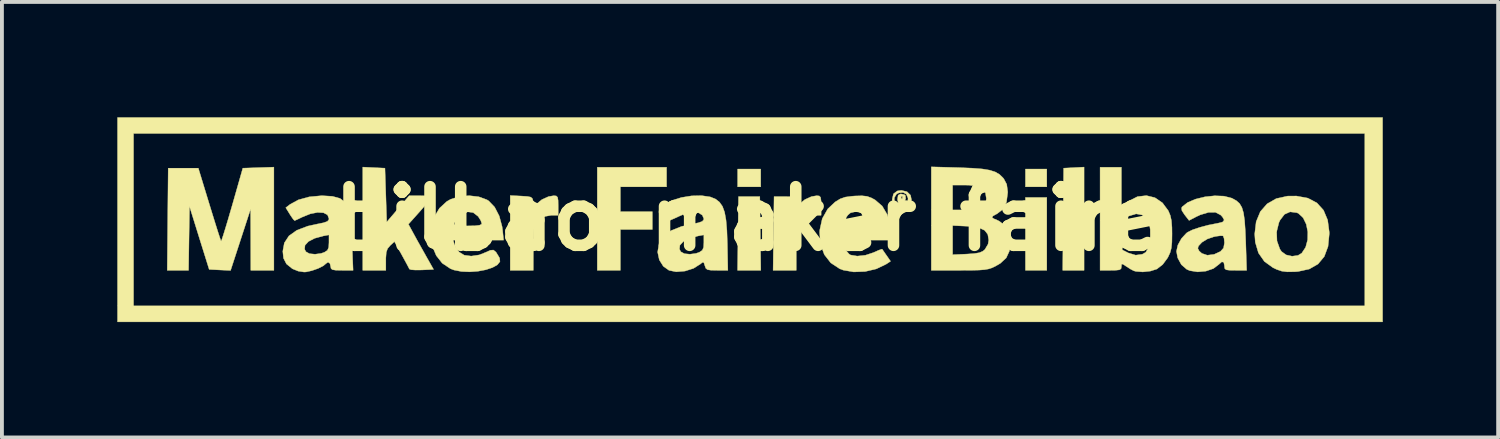
<source format=kicad_pcb>
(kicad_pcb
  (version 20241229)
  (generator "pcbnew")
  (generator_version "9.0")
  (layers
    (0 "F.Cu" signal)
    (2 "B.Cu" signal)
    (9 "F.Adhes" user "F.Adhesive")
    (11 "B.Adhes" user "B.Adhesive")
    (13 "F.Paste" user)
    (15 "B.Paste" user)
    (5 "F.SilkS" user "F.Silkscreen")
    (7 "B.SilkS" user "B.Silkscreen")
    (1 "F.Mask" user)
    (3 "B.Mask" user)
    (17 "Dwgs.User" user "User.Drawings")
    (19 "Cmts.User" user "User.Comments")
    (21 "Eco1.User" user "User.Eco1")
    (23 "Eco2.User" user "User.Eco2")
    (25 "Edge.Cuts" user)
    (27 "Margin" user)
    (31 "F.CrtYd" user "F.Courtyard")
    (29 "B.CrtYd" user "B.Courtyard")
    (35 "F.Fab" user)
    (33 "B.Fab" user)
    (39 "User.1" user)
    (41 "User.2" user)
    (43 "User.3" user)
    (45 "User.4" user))
  (footprint "bilbao maker faire"
    (layer "F.Cu")
    (at 16.4 2.637)
    (property "Reference" "bilbao maker faire" (at 0 0 0) (layer "F.SilkS") (effects (font (size 1.524 1.524) (thickness 0.3))))
    (attr through_hole)
    (fp_poly (pts (xy 0.323 -0.831) (xy -0.277 -0.831) (xy -0.277 -1.293) (xy 0.323 -1.293) (xy 0.323 -0.831)) (stroke (width 0.01) (type solid)) (fill yes) (layer "F.SilkS"))
    (fp_poly (pts (xy 7.759 -0.831) (xy 7.204 -0.831) (xy 7.204 -1.293) (xy 7.759 -1.293) (xy 7.759 -0.831)) (stroke (width 0.01) (type solid)) (fill yes) (layer "F.SilkS"))
    (fp_poly (pts (xy 7.759 1.339) (xy 7.204 1.339) (xy 7.204 -0.554) (xy 7.759 -0.554) (xy 7.759 1.339)) (stroke (width 0.01) (type solid)) (fill yes) (layer "F.SilkS"))
    (fp_poly (pts (xy 0.313 0.381) (xy 0.325 1.339) (xy -0.279 1.339) (xy -0.266 0.381) (xy -0.254 -0.577) (xy 0.3 -0.577) (xy 0.313 0.381)) (stroke (width 0.01) (type solid)) (fill yes) (layer "F.SilkS"))
    (fp_poly (pts (xy 8.728 1.339) (xy 8.173 1.339) (xy 8.185 0.012) (xy 8.197 -1.316) (xy 8.463 -1.33) (xy 8.728 -1.344) (xy 8.728 1.339)) (stroke (width 0.01) (type solid)) (fill yes) (layer "F.SilkS"))
    (fp_poly (pts (xy -2.124 -0.831) (xy -3.325 -0.831) (xy -3.325 -0.185) (xy -2.494 -0.185) (xy -2.494 0.277) (xy -3.325 0.277) (xy -3.325 1.339) (xy -3.925 1.339) (xy -3.925 -1.339) (xy -2.124 -1.339) (xy -2.124 -0.831)) (stroke (width 0.01) (type solid)) (fill yes) (layer "F.SilkS"))
    (fp_poly (pts (xy 16.487 2.679) (xy -16.395 2.679) (xy -16.395 -2.217) (xy -15.979 -2.217) (xy -15.979 2.263) (xy 16.025 2.263) (xy 16.025 -2.217) (xy -15.979 -2.217) (xy -16.395 -2.217) (xy -16.395 -2.632) (xy 16.487 -2.632) (xy 16.487 2.679)) (stroke (width 0.01) (type solid)) (fill yes) (layer "F.SilkS"))
    (fp_poly (pts (xy 4.056 -0.627) (xy 4.084 -0.605) (xy 4.091 -0.52) (xy 4.043 -0.433) (xy 3.965 -0.387) (xy 3.96 -0.386) (xy 3.899 -0.408) (xy 3.879 -0.497) (xy 3.879 -0.513) (xy 3.886 -0.554) (xy 3.972 -0.554) (xy 3.989 -0.516) (xy 4.002 -0.523) (xy 4.008 -0.578) (xy 4.002 -0.585) (xy 3.975 -0.579) (xy 3.972 -0.554) (xy 3.886 -0.554) (xy 3.895 -0.613) (xy 3.954 -0.646) (xy 3.969 -0.647) (xy 4.056 -0.627)) (stroke (width 0.01) (type solid)) (fill yes) (layer "F.SilkS"))
    (fp_poly (pts (xy 1.843 -0.594) (xy 1.878 -0.56) (xy 1.891 -0.476) (xy 1.893 -0.346) (xy 1.893 -0.092) (xy 1.726 -0.092) (xy 1.571 -0.067) (xy 1.416 -0.004) (xy 1.402 0.004) (xy 1.247 0.1) (xy 1.247 1.339) (xy 0.645 1.339) (xy 0.657 0.381) (xy 0.67 -0.577) (xy 0.946 -0.577) (xy 1.1 -0.575) (xy 1.185 -0.561) (xy 1.226 -0.524) (xy 1.245 -0.454) (xy 1.246 -0.443) (xy 1.267 -0.354) (xy 1.296 -0.346) (xy 1.336 -0.388) (xy 1.47 -0.499) (xy 1.642 -0.577) (xy 1.776 -0.6) (xy 1.843 -0.594)) (stroke (width 0.01) (type solid)) (fill yes) (layer "F.SilkS"))
    (fp_poly (pts (xy -5.9 -0.591) (xy -5.742 -0.581) (xy -5.653 -0.563) (xy -5.611 -0.525) (xy -5.591 -0.458) (xy -5.588 -0.443) (xy -5.568 -0.354) (xy -5.539 -0.346) (xy -5.499 -0.388) (xy -5.365 -0.499) (xy -5.193 -0.577) (xy -5.059 -0.6) (xy -4.992 -0.594) (xy -4.957 -0.56) (xy -4.943 -0.476) (xy -4.941 -0.346) (xy -4.941 -0.092) (xy -5.116 -0.092) (xy -5.297 -0.06) (xy -5.463 0.024) (xy -5.553 0.113) (xy -5.566 0.175) (xy -5.576 0.311) (xy -5.584 0.5) (xy -5.587 0.724) (xy -5.587 0.75) (xy -5.588 1.339) (xy -6.188 1.339) (xy -6.188 -0.605) (xy -5.9 -0.591)) (stroke (width 0.01) (type solid)) (fill yes) (layer "F.SilkS"))
    (fp_poly (pts (xy -12.331 1.339) (xy -12.931 1.339) (xy -12.933 0.543) (xy -12.936 -0.254) (xy -13.457 1.343) (xy -13.735 1.33) (xy -14.013 1.316) (xy -14.269 0.497) (xy -14.524 -0.322) (xy -14.537 0.508) (xy -14.549 1.339) (xy -15.103 1.339) (xy -15.078 -1.316) (xy -14.295 -1.316) (xy -14.008 -0.376) (xy -13.922 -0.097) (xy -13.845 0.151) (xy -13.781 0.354) (xy -13.733 0.5) (xy -13.707 0.575) (xy -13.704 0.582) (xy -13.686 0.545) (xy -13.648 0.431) (xy -13.593 0.254) (xy -13.524 0.025) (xy -13.446 -0.242) (xy -13.412 -0.358) (xy -13.139 -1.316) (xy -12.735 -1.33) (xy -12.331 -1.343) (xy -12.331 1.339)) (stroke (width 0.01) (type solid)) (fill yes) (layer "F.SilkS"))
    (fp_poly (pts (xy 4.126 -0.704) (xy 4.217 -0.614) (xy 4.242 -0.492) (xy 4.19 -0.362) (xy 4.156 -0.323) (xy 4.05 -0.247) (xy 3.937 -0.246) (xy 3.879 -0.265) (xy 3.782 -0.338) (xy 3.743 -0.47) (xy 3.741 -0.51) (xy 3.75 -0.548) (xy 3.796 -0.548) (xy 3.796 -0.431) (xy 3.852 -0.338) (xy 3.868 -0.327) (xy 3.956 -0.285) (xy 4.021 -0.296) (xy 4.082 -0.337) (xy 4.145 -0.427) (xy 4.152 -0.539) (xy 4.109 -0.637) (xy 4.027 -0.685) (xy 3.914 -0.674) (xy 3.854 -0.644) (xy 3.796 -0.548) (xy 3.75 -0.548) (xy 3.774 -0.649) (xy 3.873 -0.724) (xy 3.978 -0.739) (xy 4.126 -0.704)) (stroke (width 0.01) (type solid)) (fill yes) (layer "F.SilkS"))
    (fp_poly (pts (xy -9.733 -1.33) (xy -9.444 -1.316) (xy -9.421 -0.616) (xy -9.398 0.084) (xy -9.106 -0.258) (xy -8.815 -0.6) (xy -8.548 -0.6) (xy -8.399 -0.596) (xy -8.29 -0.583) (xy -8.253 -0.571) (xy -8.269 -0.527) (xy -8.336 -0.431) (xy -8.443 -0.299) (xy -8.529 -0.2) (xy -8.834 0.141) (xy -8.703 0.382) (xy -8.615 0.543) (xy -8.503 0.743) (xy -8.39 0.944) (xy -8.376 0.97) (xy -8.18 1.316) (xy -8.488 1.33) (xy -8.646 1.332) (xy -8.761 1.324) (xy -8.809 1.307) (xy -8.836 1.252) (xy -8.897 1.138) (xy -8.98 0.986) (xy -9.01 0.931) (xy -9.198 0.592) (xy -9.31 0.696) (xy -9.376 0.775) (xy -9.41 0.871) (xy -9.421 1.019) (xy -9.421 1.07) (xy -9.421 1.339) (xy -10.021 1.339) (xy -10.021 -1.344) (xy -9.733 -1.33)) (stroke (width 0.01) (type solid)) (fill yes) (layer "F.SilkS"))
    (fp_poly (pts (xy 14.544 -0.537) (xy 14.78 -0.413) (xy 14.952 -0.223) (xy 15.059 0.032) (xy 15.101 0.35) (xy 15.101 0.393) (xy 15.069 0.719) (xy 14.972 0.98) (xy 14.809 1.176) (xy 14.582 1.306) (xy 14.289 1.37) (xy 14.205 1.376) (xy 14.011 1.379) (xy 13.867 1.361) (xy 13.732 1.315) (xy 13.638 1.27) (xy 13.415 1.109) (xy 13.261 0.888) (xy 13.178 0.61) (xy 13.163 0.395) (xy 13.17 0.336) (xy 13.733 0.336) (xy 13.742 0.576) (xy 13.817 0.787) (xy 13.86 0.851) (xy 13.979 0.938) (xy 14.135 0.973) (xy 14.289 0.952) (xy 14.386 0.893) (xy 14.487 0.74) (xy 14.539 0.547) (xy 14.543 0.34) (xy 14.503 0.141) (xy 14.422 -0.026) (xy 14.303 -0.138) (xy 14.259 -0.159) (xy 14.083 -0.181) (xy 13.937 -0.116) (xy 13.821 0.036) (xy 13.792 0.099) (xy 13.733 0.336) (xy 13.17 0.336) (xy 13.201 0.075) (xy 13.31 -0.188) (xy 13.486 -0.389) (xy 13.723 -0.525) (xy 14.017 -0.59) (xy 14.246 -0.592) (xy 14.544 -0.537)) (stroke (width 0.01) (type solid)) (fill yes) (layer "F.SilkS"))
    (fp_poly (pts (xy 9.698 -0.323) (xy 9.89 -0.462) (xy 10.116 -0.576) (xy 10.348 -0.603) (xy 10.569 -0.549) (xy 10.764 -0.416) (xy 10.918 -0.209) (xy 10.918 -0.208) (xy 10.968 -0.089) (xy 10.998 0.045) (xy 11.012 0.225) (xy 11.014 0.393) (xy 11.011 0.607) (xy 10.996 0.759) (xy 10.965 0.877) (xy 10.912 0.992) (xy 10.899 1.016) (xy 10.772 1.188) (xy 10.624 1.303) (xy 10.622 1.305) (xy 10.453 1.359) (xy 10.255 1.381) (xy 10.075 1.367) (xy 10.021 1.352) (xy 9.936 1.308) (xy 9.827 1.238) (xy 9.825 1.237) (xy 9.739 1.18) (xy 9.705 1.177) (xy 9.698 1.23) (xy 9.698 1.244) (xy 9.689 1.297) (xy 9.647 1.326) (xy 9.55 1.337) (xy 9.421 1.339) (xy 9.144 1.339) (xy 9.144 0.047) (xy 9.694 0.047) (xy 9.708 0.428) (xy 9.721 0.808) (xy 9.883 0.89) (xy 10.069 0.945) (xy 10.241 0.922) (xy 10.33 0.871) (xy 10.385 0.78) (xy 10.426 0.63) (xy 10.449 0.453) (xy 10.448 0.281) (xy 10.437 0.206) (xy 10.36 0.014) (xy 10.238 -0.099) (xy 10.081 -0.129) (xy 9.895 -0.073) (xy 9.846 -0.046) (xy 9.694 0.047) (xy 9.144 0.047) (xy 9.144 -1.339) (xy 9.698 -1.339) (xy 9.698 -0.323)) (stroke (width 0.01) (type solid)) (fill yes) (layer "F.SilkS"))
    (fp_poly (pts (xy -7.004 -0.572) (xy -6.793 -0.494) (xy -6.747 -0.465) (xy -6.593 -0.304) (xy -6.474 -0.074) (xy -6.399 0.205) (xy -6.386 0.304) (xy -6.36 0.554) (xy -7.672 0.554) (xy -7.641 0.658) (xy -7.586 0.77) (xy -7.514 0.866) (xy -7.383 0.946) (xy -7.201 0.97) (xy -6.994 0.939) (xy -6.825 0.872) (xy -6.704 0.818) (xy -6.624 0.812) (xy -6.557 0.867) (xy -6.48 0.993) (xy -6.464 1.022) (xy -6.455 1.113) (xy -6.523 1.197) (xy -6.651 1.268) (xy -6.824 1.325) (xy -7.026 1.363) (xy -7.241 1.379) (xy -7.454 1.37) (xy -7.648 1.332) (xy -7.741 1.297) (xy -7.955 1.154) (xy -8.111 0.955) (xy -8.21 0.718) (xy -8.25 0.46) (xy -8.234 0.197) (xy -8.218 0.144) (xy -7.64 0.144) (xy -7.61 0.168) (xy -7.527 0.18) (xy -7.376 0.184) (xy -7.295 0.185) (xy -7.102 0.181) (xy -6.986 0.167) (xy -6.934 0.141) (xy -6.927 0.122) (xy -6.954 0.044) (xy -7.019 -0.058) (xy -7.023 -0.063) (xy -7.149 -0.161) (xy -7.297 -0.183) (xy -7.443 -0.135) (xy -7.568 -0.023) (xy -7.635 0.104) (xy -7.64 0.144) (xy -8.218 0.144) (xy -8.159 -0.054) (xy -8.027 -0.275) (xy -7.837 -0.45) (xy -7.739 -0.506) (xy -7.509 -0.58) (xy -7.254 -0.601) (xy -7.004 -0.572)) (stroke (width 0.01) (type solid)) (fill yes) (layer "F.SilkS"))
    (fp_poly (pts (xy 3.087 -0.584) (xy 3.2 -0.543) (xy 3.294 -0.492) (xy 3.481 -0.331) (xy 3.614 -0.106) (xy 3.685 0.166) (xy 3.695 0.32) (xy 3.695 0.554) (xy 3.071 0.554) (xy 2.789 0.558) (xy 2.589 0.568) (xy 2.475 0.585) (xy 2.448 0.603) (xy 2.475 0.702) (xy 2.54 0.819) (xy 2.616 0.913) (xy 2.658 0.941) (xy 2.833 0.97) (xy 3.045 0.947) (xy 3.254 0.878) (xy 3.267 0.872) (xy 3.386 0.819) (xy 3.465 0.791) (xy 3.481 0.791) (xy 3.513 0.837) (xy 3.576 0.928) (xy 3.596 0.956) (xy 3.698 1.104) (xy 3.58 1.181) (xy 3.328 1.302) (xy 3.038 1.37) (xy 2.741 1.381) (xy 2.469 1.334) (xy 2.376 1.299) (xy 2.144 1.146) (xy 1.977 0.931) (xy 1.878 0.665) (xy 1.854 0.355) (xy 1.857 0.296) (xy 1.887 0.159) (xy 2.448 0.159) (xy 2.49 0.171) (xy 2.603 0.18) (xy 2.765 0.184) (xy 2.817 0.185) (xy 3.011 0.181) (xy 3.127 0.167) (xy 3.18 0.142) (xy 3.187 0.122) (xy 3.16 0.044) (xy 3.095 -0.058) (xy 3.091 -0.063) (xy 2.959 -0.162) (xy 2.788 -0.186) (xy 2.658 -0.156) (xy 2.591 -0.1) (xy 2.517 0.001) (xy 2.461 0.106) (xy 2.448 0.159) (xy 1.887 0.159) (xy 1.923 -0.004) (xy 2.065 -0.256) (xy 2.257 -0.437) (xy 2.389 -0.518) (xy 2.521 -0.564) (xy 2.694 -0.587) (xy 2.772 -0.593) (xy 2.956 -0.598) (xy 3.087 -0.584)) (stroke (width 0.01) (type solid)) (fill yes) (layer "F.SilkS"))
    (fp_poly (pts (xy -0.989 -0.569) (xy -0.848 -0.512) (xy -0.748 -0.432) (xy -0.671 -0.323) (xy -0.616 -0.172) (xy -0.579 0.033) (xy -0.556 0.305) (xy -0.544 0.657) (xy -0.544 0.658) (xy -0.531 1.339) (xy -0.815 1.339) (xy -0.972 1.336) (xy -1.06 1.322) (xy -1.105 1.286) (xy -1.128 1.221) (xy -1.129 1.219) (xy -1.156 1.137) (xy -1.195 1.134) (xy -1.239 1.171) (xy -1.423 1.288) (xy -1.646 1.359) (xy -1.874 1.378) (xy -2.06 1.34) (xy -2.209 1.234) (xy -2.313 1.068) (xy -2.355 0.871) (xy -2.355 0.86) (xy -2.344 0.792) (xy -1.789 0.792) (xy -1.753 0.857) (xy -1.66 0.907) (xy -1.517 0.921) (xy -1.359 0.9) (xy -1.272 0.87) (xy -1.196 0.82) (xy -1.162 0.742) (xy -1.155 0.617) (xy -1.155 0.418) (xy -1.305 0.446) (xy -1.527 0.507) (xy -1.688 0.59) (xy -1.778 0.688) (xy -1.789 0.792) (xy -2.344 0.792) (xy -2.317 0.636) (xy -2.203 0.453) (xy -2.009 0.308) (xy -1.733 0.198) (xy -1.46 0.136) (xy -1.292 0.102) (xy -1.198 0.068) (xy -1.159 0.025) (xy -1.155 -0.003) (xy -1.196 -0.096) (xy -1.304 -0.162) (xy -1.44 -0.184) (xy -1.54 -0.165) (xy -1.685 -0.115) (xy -1.794 -0.069) (xy -1.928 -0.007) (xy -2.024 0.034) (xy -2.056 0.046) (xy -2.087 0.011) (xy -2.147 -0.078) (xy -2.174 -0.121) (xy -2.278 -0.289) (xy -2.166 -0.374) (xy -1.976 -0.479) (xy -1.736 -0.554) (xy -1.473 -0.596) (xy -1.215 -0.602) (xy -0.989 -0.569)) (stroke (width 0.01) (type solid)) (fill yes) (layer "F.SilkS"))
    (fp_poly (pts (xy 5.484 -1.33) (xy 5.82 -1.316) (xy 6.078 -1.296) (xy 6.273 -1.264) (xy 6.418 -1.218) (xy 6.529 -1.154) (xy 6.618 -1.068) (xy 6.642 -1.038) (xy 6.717 -0.897) (xy 6.742 -0.711) (xy 6.743 -0.684) (xy 6.711 -0.434) (xy 6.619 -0.249) (xy 6.468 -0.132) (xy 6.467 -0.132) (xy 6.357 -0.072) (xy 6.336 -0.028) (xy 6.403 0.008) (xy 6.432 0.016) (xy 6.53 0.066) (xy 6.645 0.157) (xy 6.675 0.186) (xy 6.755 0.282) (xy 6.796 0.378) (xy 6.811 0.511) (xy 6.812 0.6) (xy 6.787 0.837) (xy 6.705 1.015) (xy 6.551 1.158) (xy 6.418 1.235) (xy 6.333 1.275) (xy 6.247 1.303) (xy 6.141 1.322) (xy 5.999 1.333) (xy 5.803 1.338) (xy 5.535 1.339) (xy 5.486 1.339) (xy 4.757 1.339) (xy 4.757 0.933) (xy 5.311 0.933) (xy 5.679 0.917) (xy 5.878 0.903) (xy 6.008 0.881) (xy 6.095 0.843) (xy 6.149 0.799) (xy 6.232 0.659) (xy 6.25 0.554) (xy 6.225 0.405) (xy 6.144 0.3) (xy 5.997 0.233) (xy 5.774 0.198) (xy 5.679 0.192) (xy 5.311 0.175) (xy 5.311 0.933) (xy 4.757 0.933) (xy 4.757 -0.877) (xy 5.311 -0.877) (xy 5.311 -0.231) (xy 5.647 -0.231) (xy 5.884 -0.242) (xy 6.039 -0.278) (xy 6.086 -0.303) (xy 6.171 -0.412) (xy 6.188 -0.522) (xy 6.165 -0.676) (xy 6.09 -0.782) (xy 5.954 -0.846) (xy 5.744 -0.874) (xy 5.614 -0.877) (xy 5.311 -0.877) (xy 4.757 -0.877) (xy 4.757 -1.35) (xy 5.484 -1.33)) (stroke (width 0.01) (type solid)) (fill yes) (layer "F.SilkS"))
    (fp_poly (pts (xy -10.809 -0.584) (xy -10.612 -0.53) (xy -10.473 -0.426) (xy -10.382 -0.262) (xy -10.331 -0.029) (xy -10.311 0.254) (xy -10.304 0.497) (xy -10.295 0.746) (xy -10.287 0.962) (xy -10.285 1.028) (xy -10.272 1.339) (xy -10.563 1.339) (xy -10.722 1.336) (xy -10.81 1.322) (xy -10.846 1.291) (xy -10.853 1.25) (xy -10.874 1.161) (xy -10.923 1.126) (xy -10.971 1.159) (xy -11.047 1.223) (xy -11.182 1.291) (xy -11.342 1.347) (xy -11.493 1.381) (xy -11.545 1.384) (xy -11.699 1.36) (xy -11.849 1.299) (xy -11.854 1.295) (xy -12.004 1.174) (xy -12.081 1.024) (xy -12.099 0.846) (xy -12.09 0.792) (xy -11.533 0.792) (xy -11.497 0.857) (xy -11.405 0.907) (xy -11.261 0.921) (xy -11.103 0.9) (xy -11.017 0.87) (xy -10.94 0.82) (xy -10.906 0.742) (xy -10.899 0.617) (xy -10.899 0.418) (xy -11.049 0.446) (xy -11.272 0.507) (xy -11.432 0.59) (xy -11.522 0.688) (xy -11.533 0.792) (xy -12.09 0.792) (xy -12.059 0.626) (xy -11.939 0.444) (xy -11.736 0.299) (xy -11.449 0.19) (xy -11.204 0.136) (xy -11.036 0.102) (xy -10.942 0.068) (xy -10.903 0.025) (xy -10.899 -0.003) (xy -10.937 -0.102) (xy -11.041 -0.157) (xy -11.196 -0.166) (xy -11.385 -0.129) (xy -11.594 -0.045) (xy -11.599 -0.042) (xy -11.711 0.012) (xy -11.783 0.044) (xy -11.794 0.046) (xy -11.829 0.011) (xy -11.891 -0.078) (xy -11.918 -0.121) (xy -12.022 -0.289) (xy -11.911 -0.374) (xy -11.693 -0.493) (xy -11.413 -0.57) (xy -11.095 -0.6) (xy -11.073 -0.6) (xy -10.809 -0.584)) (stroke (width 0.01) (type solid)) (fill yes) (layer "F.SilkS"))
    (fp_poly (pts (xy 12.363 -0.589) (xy 12.562 -0.538) (xy 12.58 -0.53) (xy 12.688 -0.47) (xy 12.77 -0.396) (xy 12.83 -0.294) (xy 12.872 -0.153) (xy 12.9 0.043) (xy 12.918 0.306) (xy 12.93 0.589) (xy 12.954 1.339) (xy 12.665 1.339) (xy 12.508 1.337) (xy 12.421 1.325) (xy 12.385 1.294) (xy 12.377 1.236) (xy 12.377 1.224) (xy 12.358 1.129) (xy 12.306 1.119) (xy 12.232 1.185) (xy 12.09 1.293) (xy 11.895 1.36) (xy 11.68 1.38) (xy 11.478 1.348) (xy 11.396 1.313) (xy 11.256 1.191) (xy 11.161 1.016) (xy 11.13 0.845) (xy 11.147 0.767) (xy 11.684 0.767) (xy 11.718 0.835) (xy 11.788 0.899) (xy 11.931 0.947) (xy 12.108 0.925) (xy 12.273 0.849) (xy 12.354 0.759) (xy 12.377 0.625) (xy 12.367 0.512) (xy 12.343 0.447) (xy 12.34 0.444) (xy 12.276 0.44) (xy 12.157 0.455) (xy 12.097 0.468) (xy 11.931 0.525) (xy 11.792 0.611) (xy 11.703 0.706) (xy 11.684 0.767) (xy 11.147 0.767) (xy 11.166 0.682) (xy 11.26 0.512) (xy 11.388 0.373) (xy 11.423 0.347) (xy 11.551 0.285) (xy 11.743 0.221) (xy 11.969 0.161) (xy 12.202 0.116) (xy 12.204 0.116) (xy 12.331 0.083) (xy 12.37 0.032) (xy 12.325 -0.049) (xy 12.279 -0.098) (xy 12.147 -0.167) (xy 11.965 -0.168) (xy 11.745 -0.102) (xy 11.639 -0.052) (xy 11.457 0.043) (xy 11.342 -0.104) (xy 11.271 -0.212) (xy 11.262 -0.283) (xy 11.279 -0.313) (xy 11.42 -0.424) (xy 11.626 -0.511) (xy 11.869 -0.571) (xy 12.123 -0.598) (xy 12.363 -0.589)) (stroke (width 0.01) (type solid)) (fill yes) (layer "F.SilkS")))
  (gr_rect
    (start -3 -3)
    (end 35.891 8.321)
    (stroke (width 0.1) (type default))
    (fill no)
    (layer "Edge.Cuts")))
</source>
